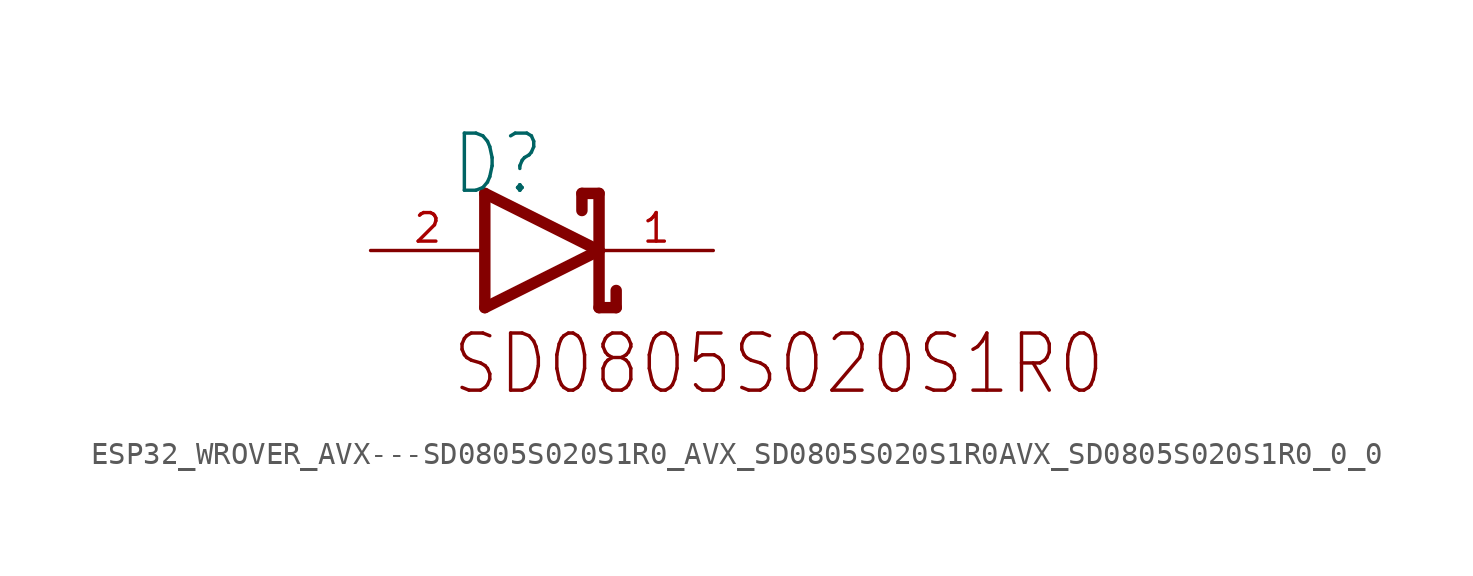
<source format=kicad_sym>
(kicad_symbol_lib
  (version 20220914)
  (generator kicad_symbol_editor)
  (symbol "ESP32_WROVER_AVX---SD0805S020S1R0_AVX_SD0805S020S1R0AVX_SD0805S020S1R0_0_0"
    (property "Reference" "D"
      (at 1.016 0.254 0)
      (effects (font (size 2.54 2.159)) (justify left top)))
    (property "ki_locked" ""
      (at 0 0 0)
      (effects (font (size 1.27 1.27))))
    (symbol "ESP32_WROVER_AVX---SD0805S020S1R0_AVX_SD0805S020S1R0AVX_SD0805S020S1R0_0_0_1_0"
      (polyline (pts (xy 2.54 -7.62) (xy 7.62 -5.08)) (stroke (width 0.508) (type solid)) (fill (type none)))
      (polyline (pts (xy 2.54 -2.54) (xy 2.54 -7.62)) (stroke (width 0.508) (type solid)) (fill (type none)))
      (polyline (pts (xy 2.54 -2.54) (xy 7.62 -5.08)) (stroke (width 0.508) (type solid)) (fill (type none)))
      (polyline (pts (xy 6.858 -2.54) (xy 6.858 -3.302)) (stroke (width 0.508) (type solid)) (fill (type none)))
      (polyline (pts (xy 7.62 -7.62) (xy 8.382 -7.62)) (stroke (width 0.508) (type solid)) (fill (type none)))
      (polyline (pts (xy 7.62 -5.08) (xy 7.62 -7.62)) (stroke (width 0.508) (type solid)) (fill (type none)))
      (polyline (pts (xy 7.62 -2.54) (xy 6.858 -2.54)) (stroke (width 0.508) (type solid)) (fill (type none)))
      (polyline (pts (xy 7.62 -2.54) (xy 7.62 -5.08)) (stroke (width 0.508) (type solid)) (fill (type none)))
      (polyline (pts (xy 8.382 -7.62) (xy 8.382 -6.858)) (stroke (width 0.508) (type solid)) (fill (type none)))
      (text "SD0805S020S1R0" (at 1.016 -8.636 0) (effects (font (size 2.54 2.159)) (justify left top)))
      (pin bidirectional line (at 12.7 -5.08 180) (length 5.08) (name "CATHODE" (effects (font (size 0 0)))) (number "1" (effects (font (size 1.27 1.27)))))
      (pin bidirectional line (at -2.54 -5.08 0) (length 5.08) (name "ANODE" (effects (font (size 0 0)))) (number "2" (effects (font (size 1.27 1.27))))))))
</source>
